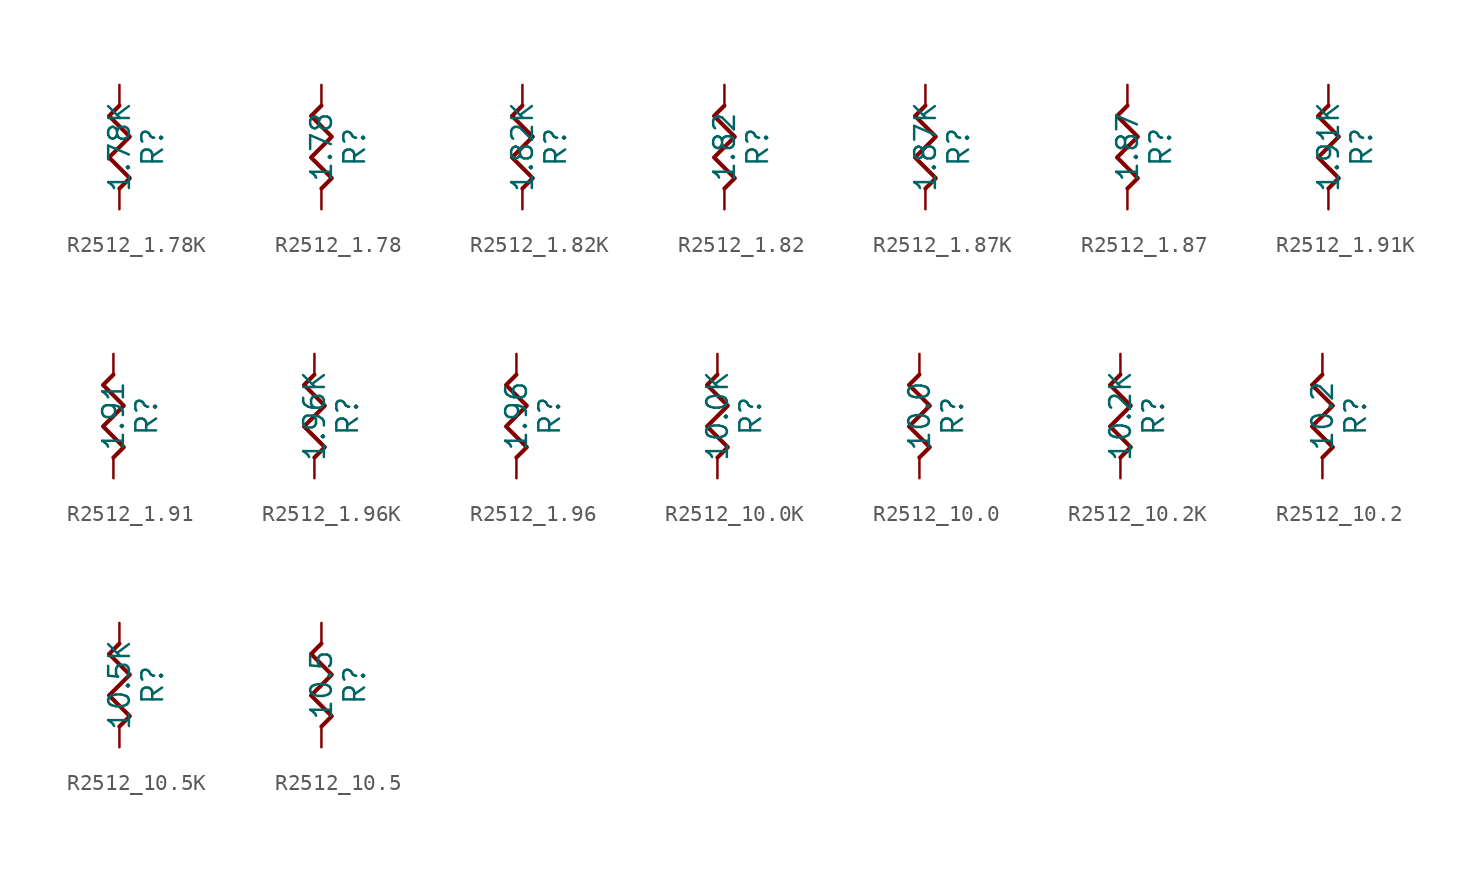
<source format=kicad_sym>
(kicad_symbol_lib
  (version 20211014)
  (generator atlantix-eda)
  (symbol "R2512_1.78K"
    (pin_numbers hide)
    (pin_names
      (offset 0))
    (property "Reference" "R"
      (at 2.032 0 90)
      (effects (font (size 1.27 1.27))))
    (property "Value" "1.78K"
      (at 0 0 90)
      (effects (font (size 1.27 1.27))))
    (symbol "R2512_1.78K_0_1"
      (polyline (pts (xy 0 -2.54) (xy 0.635 -1.905) (xy -0.635 -0.635) (xy 0.635 0.635) (xy -0.635 1.905) (xy 0 2.54)) (stroke (width 0.254) (type default) (color 0 0 0 0)) (fill (type none))))
    (symbol "R2512_1.78K_1_1"
      (pin passive line (at 0 3.81 270) (length 1.27) (name "~" (effects (font (size 1.27 1.27)))) (number "1" (effects (font (size 1.27 1.27)))))
      (pin passive line (at 0 -3.81 90) (length 1.27) (name "~" (effects (font (size 1.27 1.27)))) (number "2" (effects (font (size 1.27 1.27)))))))
  (symbol "R2512_1.78"
    (pin_numbers hide)
    (pin_names
      (offset 0))
    (property "Reference" "R"
      (at 2.032 0 90)
      (effects (font (size 1.27 1.27))))
    (property "Value" "1.78"
      (at 0 0 90)
      (effects (font (size 1.27 1.27))))
    (symbol "R2512_1.78_0_1"
      (polyline (pts (xy 0 -2.54) (xy 0.635 -1.905) (xy -0.635 -0.635) (xy 0.635 0.635) (xy -0.635 1.905) (xy 0 2.54)) (stroke (width 0.254) (type default) (color 0 0 0 0)) (fill (type none))))
    (symbol "R2512_1.78_1_1"
      (pin passive line (at 0 3.81 270) (length 1.27) (name "~" (effects (font (size 1.27 1.27)))) (number "1" (effects (font (size 1.27 1.27)))))
      (pin passive line (at 0 -3.81 90) (length 1.27) (name "~" (effects (font (size 1.27 1.27)))) (number "2" (effects (font (size 1.27 1.27)))))))
  (symbol "R2512_1.82K"
    (pin_numbers hide)
    (pin_names
      (offset 0))
    (property "Reference" "R"
      (at 2.032 0 90)
      (effects (font (size 1.27 1.27))))
    (property "Value" "1.82K"
      (at 0 0 90)
      (effects (font (size 1.27 1.27))))
    (symbol "R2512_1.82K_0_1"
      (polyline (pts (xy 0 -2.54) (xy 0.635 -1.905) (xy -0.635 -0.635) (xy 0.635 0.635) (xy -0.635 1.905) (xy 0 2.54)) (stroke (width 0.254) (type default) (color 0 0 0 0)) (fill (type none))))
    (symbol "R2512_1.82K_1_1"
      (pin passive line (at 0 3.81 270) (length 1.27) (name "~" (effects (font (size 1.27 1.27)))) (number "1" (effects (font (size 1.27 1.27)))))
      (pin passive line (at 0 -3.81 90) (length 1.27) (name "~" (effects (font (size 1.27 1.27)))) (number "2" (effects (font (size 1.27 1.27)))))))
  (symbol "R2512_1.82"
    (pin_numbers hide)
    (pin_names
      (offset 0))
    (property "Reference" "R"
      (at 2.032 0 90)
      (effects (font (size 1.27 1.27))))
    (property "Value" "1.82"
      (at 0 0 90)
      (effects (font (size 1.27 1.27))))
    (symbol "R2512_1.82_0_1"
      (polyline (pts (xy 0 -2.54) (xy 0.635 -1.905) (xy -0.635 -0.635) (xy 0.635 0.635) (xy -0.635 1.905) (xy 0 2.54)) (stroke (width 0.254) (type default) (color 0 0 0 0)) (fill (type none))))
    (symbol "R2512_1.82_1_1"
      (pin passive line (at 0 3.81 270) (length 1.27) (name "~" (effects (font (size 1.27 1.27)))) (number "1" (effects (font (size 1.27 1.27)))))
      (pin passive line (at 0 -3.81 90) (length 1.27) (name "~" (effects (font (size 1.27 1.27)))) (number "2" (effects (font (size 1.27 1.27)))))))
  (symbol "R2512_1.87K"
    (pin_numbers hide)
    (pin_names
      (offset 0))
    (property "Reference" "R"
      (at 2.032 0 90)
      (effects (font (size 1.27 1.27))))
    (property "Value" "1.87K"
      (at 0 0 90)
      (effects (font (size 1.27 1.27))))
    (symbol "R2512_1.87K_0_1"
      (polyline (pts (xy 0 -2.54) (xy 0.635 -1.905) (xy -0.635 -0.635) (xy 0.635 0.635) (xy -0.635 1.905) (xy 0 2.54)) (stroke (width 0.254) (type default) (color 0 0 0 0)) (fill (type none))))
    (symbol "R2512_1.87K_1_1"
      (pin passive line (at 0 3.81 270) (length 1.27) (name "~" (effects (font (size 1.27 1.27)))) (number "1" (effects (font (size 1.27 1.27)))))
      (pin passive line (at 0 -3.81 90) (length 1.27) (name "~" (effects (font (size 1.27 1.27)))) (number "2" (effects (font (size 1.27 1.27)))))))
  (symbol "R2512_1.87"
    (pin_numbers hide)
    (pin_names
      (offset 0))
    (property "Reference" "R"
      (at 2.032 0 90)
      (effects (font (size 1.27 1.27))))
    (property "Value" "1.87"
      (at 0 0 90)
      (effects (font (size 1.27 1.27))))
    (symbol "R2512_1.87_0_1"
      (polyline (pts (xy 0 -2.54) (xy 0.635 -1.905) (xy -0.635 -0.635) (xy 0.635 0.635) (xy -0.635 1.905) (xy 0 2.54)) (stroke (width 0.254) (type default) (color 0 0 0 0)) (fill (type none))))
    (symbol "R2512_1.87_1_1"
      (pin passive line (at 0 3.81 270) (length 1.27) (name "~" (effects (font (size 1.27 1.27)))) (number "1" (effects (font (size 1.27 1.27)))))
      (pin passive line (at 0 -3.81 90) (length 1.27) (name "~" (effects (font (size 1.27 1.27)))) (number "2" (effects (font (size 1.27 1.27)))))))
  (symbol "R2512_1.91K"
    (pin_numbers hide)
    (pin_names
      (offset 0))
    (property "Reference" "R"
      (at 2.032 0 90)
      (effects (font (size 1.27 1.27))))
    (property "Value" "1.91K"
      (at 0 0 90)
      (effects (font (size 1.27 1.27))))
    (symbol "R2512_1.91K_0_1"
      (polyline (pts (xy 0 -2.54) (xy 0.635 -1.905) (xy -0.635 -0.635) (xy 0.635 0.635) (xy -0.635 1.905) (xy 0 2.54)) (stroke (width 0.254) (type default) (color 0 0 0 0)) (fill (type none))))
    (symbol "R2512_1.91K_1_1"
      (pin passive line (at 0 3.81 270) (length 1.27) (name "~" (effects (font (size 1.27 1.27)))) (number "1" (effects (font (size 1.27 1.27)))))
      (pin passive line (at 0 -3.81 90) (length 1.27) (name "~" (effects (font (size 1.27 1.27)))) (number "2" (effects (font (size 1.27 1.27)))))))
  (symbol "R2512_1.91"
    (pin_numbers hide)
    (pin_names
      (offset 0))
    (property "Reference" "R"
      (at 2.032 0 90)
      (effects (font (size 1.27 1.27))))
    (property "Value" "1.91"
      (at 0 0 90)
      (effects (font (size 1.27 1.27))))
    (symbol "R2512_1.91_0_1"
      (polyline (pts (xy 0 -2.54) (xy 0.635 -1.905) (xy -0.635 -0.635) (xy 0.635 0.635) (xy -0.635 1.905) (xy 0 2.54)) (stroke (width 0.254) (type default) (color 0 0 0 0)) (fill (type none))))
    (symbol "R2512_1.91_1_1"
      (pin passive line (at 0 3.81 270) (length 1.27) (name "~" (effects (font (size 1.27 1.27)))) (number "1" (effects (font (size 1.27 1.27)))))
      (pin passive line (at 0 -3.81 90) (length 1.27) (name "~" (effects (font (size 1.27 1.27)))) (number "2" (effects (font (size 1.27 1.27)))))))
  (symbol "R2512_1.96K"
    (pin_numbers hide)
    (pin_names
      (offset 0))
    (property "Reference" "R"
      (at 2.032 0 90)
      (effects (font (size 1.27 1.27))))
    (property "Value" "1.96K"
      (at 0 0 90)
      (effects (font (size 1.27 1.27))))
    (symbol "R2512_1.96K_0_1"
      (polyline (pts (xy 0 -2.54) (xy 0.635 -1.905) (xy -0.635 -0.635) (xy 0.635 0.635) (xy -0.635 1.905) (xy 0 2.54)) (stroke (width 0.254) (type default) (color 0 0 0 0)) (fill (type none))))
    (symbol "R2512_1.96K_1_1"
      (pin passive line (at 0 3.81 270) (length 1.27) (name "~" (effects (font (size 1.27 1.27)))) (number "1" (effects (font (size 1.27 1.27)))))
      (pin passive line (at 0 -3.81 90) (length 1.27) (name "~" (effects (font (size 1.27 1.27)))) (number "2" (effects (font (size 1.27 1.27)))))))
  (symbol "R2512_1.96"
    (pin_numbers hide)
    (pin_names
      (offset 0))
    (property "Reference" "R"
      (at 2.032 0 90)
      (effects (font (size 1.27 1.27))))
    (property "Value" "1.96"
      (at 0 0 90)
      (effects (font (size 1.27 1.27))))
    (symbol "R2512_1.96_0_1"
      (polyline (pts (xy 0 -2.54) (xy 0.635 -1.905) (xy -0.635 -0.635) (xy 0.635 0.635) (xy -0.635 1.905) (xy 0 2.54)) (stroke (width 0.254) (type default) (color 0 0 0 0)) (fill (type none))))
    (symbol "R2512_1.96_1_1"
      (pin passive line (at 0 3.81 270) (length 1.27) (name "~" (effects (font (size 1.27 1.27)))) (number "1" (effects (font (size 1.27 1.27)))))
      (pin passive line (at 0 -3.81 90) (length 1.27) (name "~" (effects (font (size 1.27 1.27)))) (number "2" (effects (font (size 1.27 1.27)))))))
  (symbol "R2512_10.0K"
    (pin_numbers hide)
    (pin_names
      (offset 0))
    (property "Reference" "R"
      (at 2.032 0 90)
      (effects (font (size 1.27 1.27))))
    (property "Value" "10.0K"
      (at 0 0 90)
      (effects (font (size 1.27 1.27))))
    (symbol "R2512_10.0K_0_1"
      (polyline (pts (xy 0 -2.54) (xy 0.635 -1.905) (xy -0.635 -0.635) (xy 0.635 0.635) (xy -0.635 1.905) (xy 0 2.54)) (stroke (width 0.254) (type default) (color 0 0 0 0)) (fill (type none))))
    (symbol "R2512_10.0K_1_1"
      (pin passive line (at 0 3.81 270) (length 1.27) (name "~" (effects (font (size 1.27 1.27)))) (number "1" (effects (font (size 1.27 1.27)))))
      (pin passive line (at 0 -3.81 90) (length 1.27) (name "~" (effects (font (size 1.27 1.27)))) (number "2" (effects (font (size 1.27 1.27)))))))
  (symbol "R2512_10.0"
    (pin_numbers hide)
    (pin_names
      (offset 0))
    (property "Reference" "R"
      (at 2.032 0 90)
      (effects (font (size 1.27 1.27))))
    (property "Value" "10.0"
      (at 0 0 90)
      (effects (font (size 1.27 1.27))))
    (symbol "R2512_10.0_0_1"
      (polyline (pts (xy 0 -2.54) (xy 0.635 -1.905) (xy -0.635 -0.635) (xy 0.635 0.635) (xy -0.635 1.905) (xy 0 2.54)) (stroke (width 0.254) (type default) (color 0 0 0 0)) (fill (type none))))
    (symbol "R2512_10.0_1_1"
      (pin passive line (at 0 3.81 270) (length 1.27) (name "~" (effects (font (size 1.27 1.27)))) (number "1" (effects (font (size 1.27 1.27)))))
      (pin passive line (at 0 -3.81 90) (length 1.27) (name "~" (effects (font (size 1.27 1.27)))) (number "2" (effects (font (size 1.27 1.27)))))))
  (symbol "R2512_10.2K"
    (pin_numbers hide)
    (pin_names
      (offset 0))
    (property "Reference" "R"
      (at 2.032 0 90)
      (effects (font (size 1.27 1.27))))
    (property "Value" "10.2K"
      (at 0 0 90)
      (effects (font (size 1.27 1.27))))
    (symbol "R2512_10.2K_0_1"
      (polyline (pts (xy 0 -2.54) (xy 0.635 -1.905) (xy -0.635 -0.635) (xy 0.635 0.635) (xy -0.635 1.905) (xy 0 2.54)) (stroke (width 0.254) (type default) (color 0 0 0 0)) (fill (type none))))
    (symbol "R2512_10.2K_1_1"
      (pin passive line (at 0 3.81 270) (length 1.27) (name "~" (effects (font (size 1.27 1.27)))) (number "1" (effects (font (size 1.27 1.27)))))
      (pin passive line (at 0 -3.81 90) (length 1.27) (name "~" (effects (font (size 1.27 1.27)))) (number "2" (effects (font (size 1.27 1.27)))))))
  (symbol "R2512_10.2"
    (pin_numbers hide)
    (pin_names
      (offset 0))
    (property "Reference" "R"
      (at 2.032 0 90)
      (effects (font (size 1.27 1.27))))
    (property "Value" "10.2"
      (at 0 0 90)
      (effects (font (size 1.27 1.27))))
    (symbol "R2512_10.2_0_1"
      (polyline (pts (xy 0 -2.54) (xy 0.635 -1.905) (xy -0.635 -0.635) (xy 0.635 0.635) (xy -0.635 1.905) (xy 0 2.54)) (stroke (width 0.254) (type default) (color 0 0 0 0)) (fill (type none))))
    (symbol "R2512_10.2_1_1"
      (pin passive line (at 0 3.81 270) (length 1.27) (name "~" (effects (font (size 1.27 1.27)))) (number "1" (effects (font (size 1.27 1.27)))))
      (pin passive line (at 0 -3.81 90) (length 1.27) (name "~" (effects (font (size 1.27 1.27)))) (number "2" (effects (font (size 1.27 1.27)))))))
  (symbol "R2512_10.5K"
    (pin_numbers hide)
    (pin_names
      (offset 0))
    (property "Reference" "R"
      (at 2.032 0 90)
      (effects (font (size 1.27 1.27))))
    (property "Value" "10.5K"
      (at 0 0 90)
      (effects (font (size 1.27 1.27))))
    (symbol "R2512_10.5K_0_1"
      (polyline (pts (xy 0 -2.54) (xy 0.635 -1.905) (xy -0.635 -0.635) (xy 0.635 0.635) (xy -0.635 1.905) (xy 0 2.54)) (stroke (width 0.254) (type default) (color 0 0 0 0)) (fill (type none))))
    (symbol "R2512_10.5K_1_1"
      (pin passive line (at 0 3.81 270) (length 1.27) (name "~" (effects (font (size 1.27 1.27)))) (number "1" (effects (font (size 1.27 1.27)))))
      (pin passive line (at 0 -3.81 90) (length 1.27) (name "~" (effects (font (size 1.27 1.27)))) (number "2" (effects (font (size 1.27 1.27)))))))
  (symbol "R2512_10.5"
    (pin_numbers hide)
    (pin_names
      (offset 0))
    (property "Reference" "R"
      (at 2.032 0 90)
      (effects (font (size 1.27 1.27))))
    (property "Value" "10.5"
      (at 0 0 90)
      (effects (font (size 1.27 1.27))))
    (symbol "R2512_10.5_0_1"
      (polyline (pts (xy 0 -2.54) (xy 0.635 -1.905) (xy -0.635 -0.635) (xy 0.635 0.635) (xy -0.635 1.905) (xy 0 2.54)) (stroke (width 0.254) (type default) (color 0 0 0 0)) (fill (type none))))
    (symbol "R2512_10.5_1_1"
      (pin passive line (at 0 3.81 270) (length 1.27) (name "~" (effects (font (size 1.27 1.27)))) (number "1" (effects (font (size 1.27 1.27)))))
      (pin passive line (at 0 -3.81 90) (length 1.27) (name "~" (effects (font (size 1.27 1.27)))) (number "2" (effects (font (size 1.27 1.27))))))))
</source>
